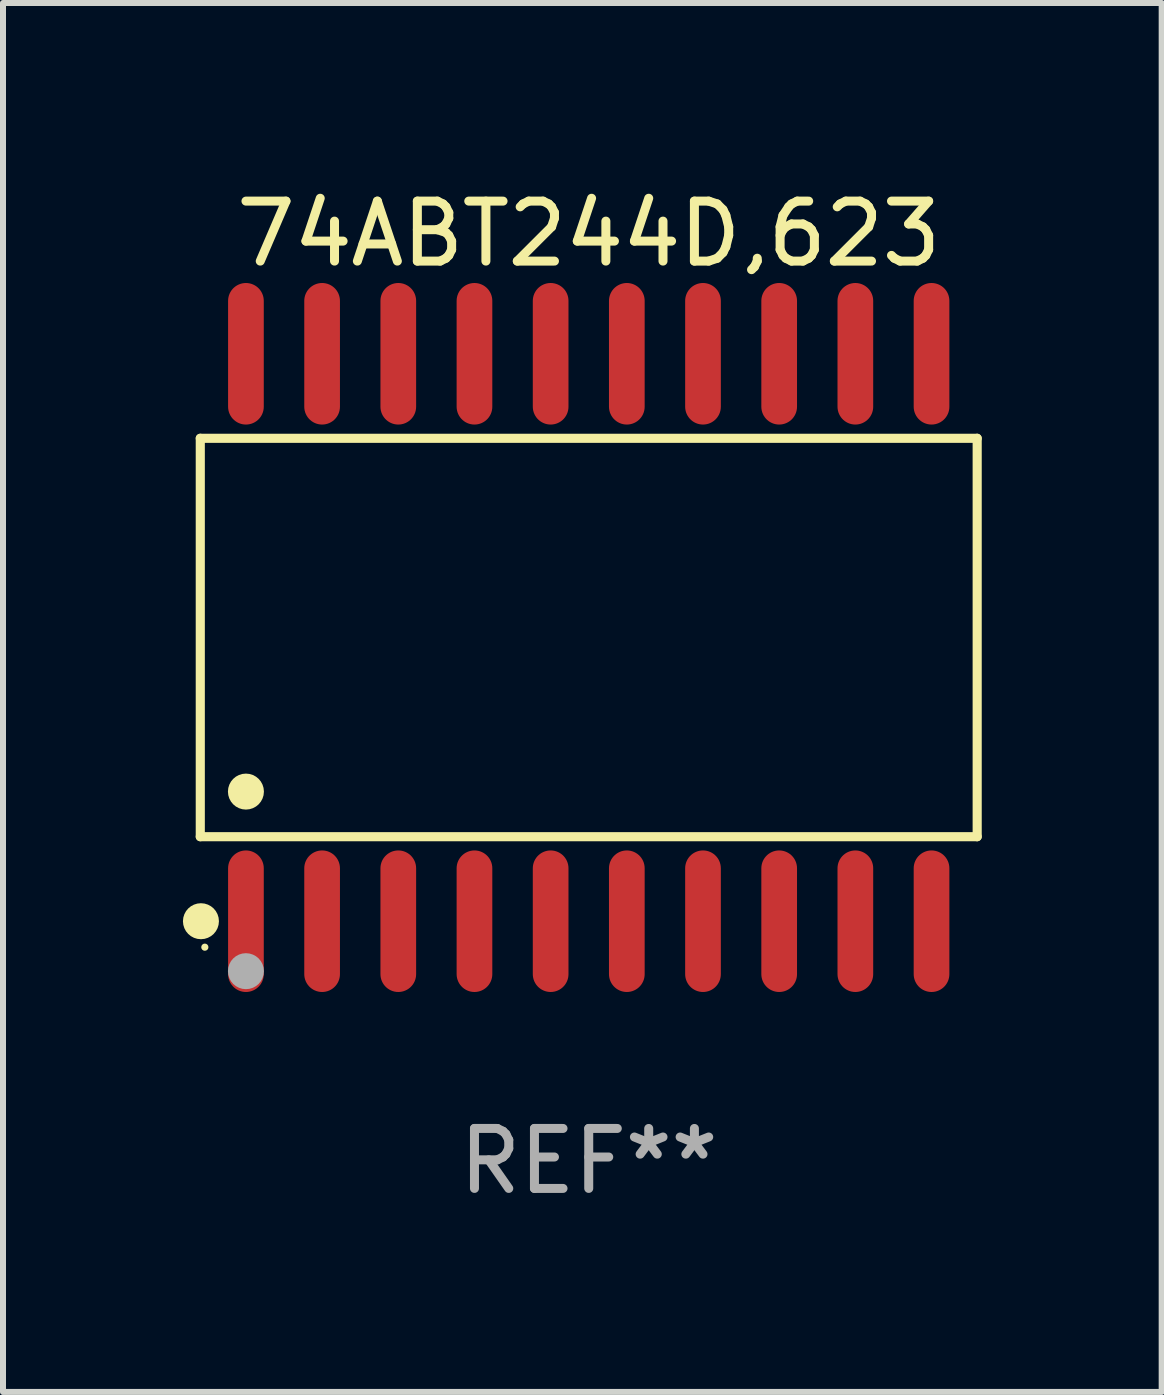
<source format=kicad_pcb>
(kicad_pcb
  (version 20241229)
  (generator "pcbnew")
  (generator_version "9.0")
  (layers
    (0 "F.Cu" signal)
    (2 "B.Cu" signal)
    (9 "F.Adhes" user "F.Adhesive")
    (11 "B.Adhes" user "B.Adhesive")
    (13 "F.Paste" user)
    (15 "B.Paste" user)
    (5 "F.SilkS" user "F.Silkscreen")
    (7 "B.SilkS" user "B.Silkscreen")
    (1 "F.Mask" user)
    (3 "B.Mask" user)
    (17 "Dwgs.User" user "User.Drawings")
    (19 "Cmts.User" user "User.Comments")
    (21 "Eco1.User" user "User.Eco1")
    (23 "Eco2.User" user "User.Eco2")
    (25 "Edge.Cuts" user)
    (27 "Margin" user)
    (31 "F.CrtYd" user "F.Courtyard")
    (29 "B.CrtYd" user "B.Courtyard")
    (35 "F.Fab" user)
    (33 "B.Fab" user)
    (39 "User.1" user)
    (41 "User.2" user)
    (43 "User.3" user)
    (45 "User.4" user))
  (footprint "74ABT244D,623"
    (layer "F.Cu")
    (at 6.765 7.578)
    (property "Reference" "74ABT244D,623" (at 0 -6.73 0) (layer "F.SilkS") (effects (font (size 1 1) (thickness 0.15))))
    (attr through_hole)
    (fp_line (start -6.476 -3.321) (end 6.476 -3.321) (stroke (width 0.152) (type solid)) (layer "F.SilkS"))
    (fp_line (start -6.476 3.321) (end -6.476 -3.321) (stroke (width 0.152) (type solid)) (layer "F.SilkS"))
    (fp_line (start 6.476 -3.321) (end 6.476 3.321) (stroke (width 0.152) (type solid)) (layer "F.SilkS"))
    (fp_line (start 6.476 3.321) (end -6.476 3.321) (stroke (width 0.152) (type solid)) (layer "F.SilkS"))
    (fp_circle (center -6.465 4.73) (end -6.315 4.73) (stroke (width 0.3) (type solid)) (fill no) (layer "F.SilkS"))
    (fp_circle (center -6.4 5.163) (end -6.37 5.163) (stroke (width 0.06) (type solid)) (fill no) (layer "F.SilkS"))
    (fp_circle (center -5.715 2.569) (end -5.565 2.569) (stroke (width 0.3) (type solid)) (fill no) (layer "F.SilkS"))
    (fp_circle (center -5.715 5.563) (end -5.565 5.563) (stroke (width 0.3) (type solid)) (fill no) (layer "F.Fab"))
    (fp_text user "REF**" (at 0 8.73 0) (layer "F.Fab") (effects (font (size 1 1) (thickness 0.15))))
    (pad "1" smd oval (at -5.715 4.73) (size 0.595 2.36) (layers "F.Cu" "F.Mask" "F.Paste"))
    (pad "2" smd oval (at -4.445 4.73) (size 0.595 2.36) (layers "F.Cu" "F.Mask" "F.Paste"))
    (pad "3" smd oval (at -3.175 4.73) (size 0.595 2.36) (layers "F.Cu" "F.Mask" "F.Paste"))
    (pad "4" smd oval (at -1.905 4.73) (size 0.595 2.36) (layers "F.Cu" "F.Mask" "F.Paste"))
    (pad "5" smd oval (at -0.635 4.73) (size 0.595 2.36) (layers "F.Cu" "F.Mask" "F.Paste"))
    (pad "6" smd oval (at 0.635 4.73) (size 0.595 2.36) (layers "F.Cu" "F.Mask" "F.Paste"))
    (pad "7" smd oval (at 1.905 4.73) (size 0.595 2.36) (layers "F.Cu" "F.Mask" "F.Paste"))
    (pad "8" smd oval (at 3.175 4.73) (size 0.595 2.36) (layers "F.Cu" "F.Mask" "F.Paste"))
    (pad "9" smd oval (at 4.445 4.73) (size 0.595 2.36) (layers "F.Cu" "F.Mask" "F.Paste"))
    (pad "10" smd oval (at 5.715 4.73) (size 0.595 2.36) (layers "F.Cu" "F.Mask" "F.Paste"))
    (pad "11" smd oval (at 5.715 -4.73) (size 0.595 2.36) (layers "F.Cu" "F.Mask" "F.Paste"))
    (pad "12" smd oval (at 4.445 -4.73) (size 0.595 2.36) (layers "F.Cu" "F.Mask" "F.Paste"))
    (pad "13" smd oval (at 3.175 -4.73) (size 0.595 2.36) (layers "F.Cu" "F.Mask" "F.Paste"))
    (pad "14" smd oval (at 1.905 -4.73) (size 0.595 2.36) (layers "F.Cu" "F.Mask" "F.Paste"))
    (pad "15" smd oval (at 0.635 -4.73) (size 0.595 2.36) (layers "F.Cu" "F.Mask" "F.Paste"))
    (pad "16" smd oval (at -0.635 -4.73) (size 0.595 2.36) (layers "F.Cu" "F.Mask" "F.Paste"))
    (pad "17" smd oval (at -1.905 -4.73) (size 0.595 2.36) (layers "F.Cu" "F.Mask" "F.Paste"))
    (pad "18" smd oval (at -3.175 -4.73) (size 0.595 2.36) (layers "F.Cu" "F.Mask" "F.Paste"))
    (pad "19" smd oval (at -4.445 -4.73) (size 0.595 2.36) (layers "F.Cu" "F.Mask" "F.Paste"))
    (pad "20" smd oval (at -5.715 -4.73) (size 0.595 2.36) (layers "F.Cu" "F.Mask" "F.Paste")))
  (gr_rect
    (start -3 -3)
    (end 16.317 20.156)
    (stroke (width 0.1) (type default))
    (fill no)
    (layer "Edge.Cuts")))
</source>
